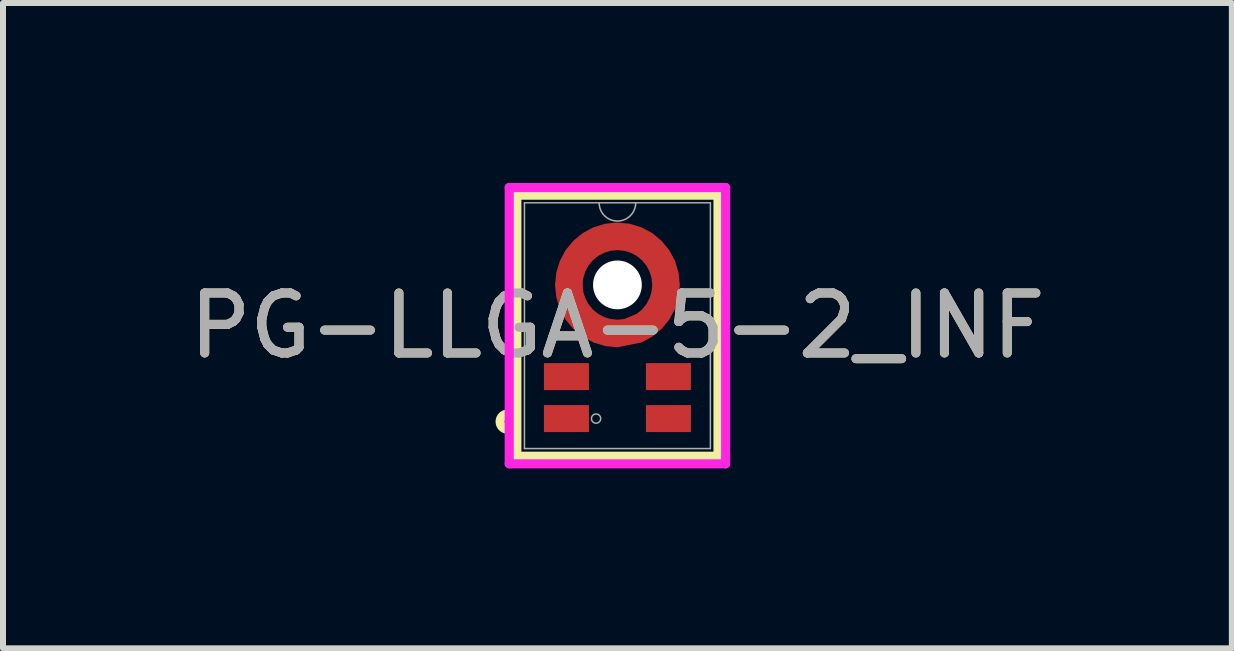
<source format=kicad_pcb>
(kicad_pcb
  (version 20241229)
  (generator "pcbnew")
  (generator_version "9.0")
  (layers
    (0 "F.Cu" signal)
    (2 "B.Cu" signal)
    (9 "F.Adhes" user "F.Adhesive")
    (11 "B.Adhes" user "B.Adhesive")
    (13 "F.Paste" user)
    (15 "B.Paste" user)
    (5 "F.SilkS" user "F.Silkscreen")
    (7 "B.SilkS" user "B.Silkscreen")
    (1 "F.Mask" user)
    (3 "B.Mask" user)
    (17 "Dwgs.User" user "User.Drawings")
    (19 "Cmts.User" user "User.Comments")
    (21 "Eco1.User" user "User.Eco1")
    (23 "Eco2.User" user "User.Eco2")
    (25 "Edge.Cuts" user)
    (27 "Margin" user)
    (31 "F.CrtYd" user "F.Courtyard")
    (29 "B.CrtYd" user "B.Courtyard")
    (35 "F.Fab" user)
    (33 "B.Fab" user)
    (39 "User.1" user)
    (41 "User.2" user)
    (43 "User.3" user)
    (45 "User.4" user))
  (footprint "PG-LLGA-5-2_INF"
    (layer "F.Cu")
    (at 7.244 2.38)
    (property "Reference" "PG-LLGA-5-2_INF" (at 0 0 0) (unlocked yes) (layer "F.SilkS") (effects (font (size 1 1) (thickness 0.15))))
    (attr smd)
    (fp_poly (pts (xy 0 -1.72) (xy 0.203 -1.7) (xy 0.398 -1.641) (xy 0.578 -1.545) (xy 0.735 -1.415) (xy 0.865 -1.258) (xy 0.961 -1.078) (xy 1.02 -0.883) (xy 1.04 -0.68) (xy 1.02 -0.477) (xy 0.961 -0.282) (xy 0.865 -0.102) (xy 0.735 0.055) (xy 0.578 0.185) (xy 0.398 0.281) (xy 0 0.36) (xy -0.203 0.34) (xy -0.398 0.281) (xy -0.578 0.185) (xy -0.735 0.055) (xy -0.865 -0.102) (xy -0.961 -0.282) (xy -1.02 -0.477) (xy -1.04 -0.68) (xy -1.02 -0.883) (xy -0.961 -1.078) (xy -0.865 -1.258) (xy -0.735 -1.415) (xy -0.578 -1.545) (xy -0.398 -1.641) (xy -0.203 -1.7) (xy 0 -1.72) (xy 0 -1.26) (xy -0.113 -1.249) (xy -0.222 -1.216) (xy -0.322 -1.162) (xy -0.41 -1.09) (xy -0.482 -1.002) (xy -0.536 -0.902) (xy -0.569 -0.793) (xy -0.58 -0.68) (xy -0.569 -0.567) (xy -0.536 -0.458) (xy -0.482 -0.358) (xy -0.41 -0.27) (xy -0.322 -0.198) (xy -0.222 -0.144) (xy -0.113 -0.111) (xy 0 -0.1) (xy 0.113 -0.111) (xy 0.322 -0.198) (xy 0.41 -0.27) (xy 0.482 -0.358) (xy 0.536 -0.458) (xy 0.569 -0.567) (xy 0.58 -0.68) (xy 0.569 -0.793) (xy 0.536 -0.902) (xy 0.482 -1.002) (xy 0.41 -1.09) (xy 0.322 -1.162) (xy 0.222 -1.216) (xy 0.113 -1.249) (xy 0 -1.26)) (stroke (width 0) (type solid)) (fill yes) (layer "F.Cu"))
    (fp_poly (pts (xy 0 -1.72) (xy 0.203 -1.7) (xy 0.398 -1.641) (xy 0.578 -1.545) (xy 0.735 -1.415) (xy 0.865 -1.258) (xy 0.961 -1.078) (xy 1.02 -0.883) (xy 1.04 -0.68) (xy 1.02 -0.477) (xy 0.961 -0.282) (xy 0.865 -0.102) (xy 0.735 0.055) (xy 0.578 0.185) (xy 0.398 0.281) (xy 0 0.36) (xy -0.203 0.34) (xy -0.398 0.281) (xy -0.578 0.185) (xy -0.735 0.055) (xy -0.865 -0.102) (xy -0.961 -0.282) (xy -1.02 -0.477) (xy -1.04 -0.68) (xy -1.02 -0.883) (xy -0.961 -1.078) (xy -0.865 -1.258) (xy -0.735 -1.415) (xy -0.578 -1.545) (xy -0.398 -1.641) (xy -0.203 -1.7) (xy 0 -1.72) (xy 0 -1.26) (xy -0.113 -1.249) (xy -0.222 -1.216) (xy -0.322 -1.162) (xy -0.41 -1.09) (xy -0.482 -1.002) (xy -0.536 -0.902) (xy -0.569 -0.793) (xy -0.58 -0.68) (xy -0.569 -0.567) (xy -0.536 -0.458) (xy -0.482 -0.358) (xy -0.41 -0.27) (xy -0.322 -0.198) (xy -0.222 -0.144) (xy -0.113 -0.111) (xy 0 -0.1) (xy 0.113 -0.111) (xy 0.322 -0.198) (xy 0.41 -0.27) (xy 0.482 -0.358) (xy 0.536 -0.458) (xy 0.569 -0.567) (xy 0.58 -0.68) (xy 0.569 -0.793) (xy 0.536 -0.902) (xy 0.482 -1.002) (xy 0.41 -1.09) (xy 0.322 -1.162) (xy 0.222 -1.216) (xy 0.113 -1.249) (xy 0 -1.26)) (stroke (width 0) (type solid)) (fill yes) (layer "F.Mask"))
    (fp_line (start -1.677 -2.176) (end 1.677 -2.176) (stroke (width 0.152) (type solid)) (layer "F.SilkS"))
    (fp_line (start -1.677 2.176) (end -1.677 -2.176) (stroke (width 0.152) (type solid)) (layer "F.SilkS"))
    (fp_line (start 1.677 -2.176) (end 1.677 2.176) (stroke (width 0.152) (type solid)) (layer "F.SilkS"))
    (fp_line (start 1.677 2.176) (end -1.677 2.176) (stroke (width 0.152) (type solid)) (layer "F.SilkS"))
    (fp_circle (center -1.829 1.6) (end -1.702 1.6) (stroke (width 0.152) (type solid)) (fill no) (layer "F.SilkS"))
    (fp_poly (pts (xy -1.175 0.699) (xy -1.174 0.691) (xy -1.173 0.684) (xy -1.17 0.676) (xy -1.165 0.67) (xy -1.16 0.664) (xy -1.154 0.659) (xy -1.148 0.654) (xy -1.14 0.651) (xy -1.133 0.65) (xy -1.125 0.649) (xy -0.575 0.649) (xy -0.567 0.65) (xy -0.56 0.651) (xy -0.552 0.654) (xy -0.546 0.659) (xy -0.54 0.664) (xy -0.535 0.67) (xy -0.53 0.676) (xy -0.527 0.684) (xy -0.526 0.691) (xy -0.525 0.699) (xy -0.525 0.999) (xy -0.526 1.007) (xy -0.527 1.014) (xy -0.53 1.022) (xy -0.535 1.028) (xy -0.54 1.034) (xy -0.546 1.039) (xy -0.552 1.044) (xy -0.56 1.047) (xy -0.567 1.048) (xy -0.575 1.049) (xy -1.125 1.049) (xy -1.133 1.048) (xy -1.14 1.047) (xy -1.148 1.044) (xy -1.154 1.039) (xy -1.16 1.034) (xy -1.165 1.028) (xy -1.17 1.022) (xy -1.173 1.014) (xy -1.174 1.007) (xy -1.175 0.999)) (stroke (width 0) (type solid)) (fill yes) (layer "F.Paste"))
    (fp_poly (pts (xy -1.175 1.399) (xy -1.174 1.391) (xy -1.173 1.384) (xy -1.17 1.376) (xy -1.165 1.37) (xy -1.16 1.364) (xy -1.154 1.359) (xy -1.148 1.354) (xy -1.14 1.351) (xy -1.133 1.35) (xy -1.125 1.349) (xy -0.575 1.349) (xy -0.567 1.35) (xy -0.56 1.351) (xy -0.552 1.354) (xy -0.546 1.359) (xy -0.54 1.364) (xy -0.535 1.37) (xy -0.53 1.376) (xy -0.527 1.384) (xy -0.526 1.391) (xy -0.525 1.399) (xy -0.525 1.699) (xy -0.526 1.707) (xy -0.527 1.714) (xy -0.53 1.722) (xy -0.535 1.728) (xy -0.54 1.734) (xy -0.546 1.739) (xy -0.552 1.744) (xy -0.56 1.747) (xy -0.567 1.748) (xy -0.575 1.749) (xy -1.125 1.749) (xy -1.133 1.748) (xy -1.14 1.747) (xy -1.148 1.744) (xy -1.154 1.739) (xy -1.16 1.734) (xy -1.165 1.728) (xy -1.17 1.722) (xy -1.173 1.714) (xy -1.174 1.707) (xy -1.175 1.699)) (stroke (width 0) (type solid)) (fill yes) (layer "F.Paste"))
    (fp_poly (pts (xy 0.525 0.699) (xy 0.526 0.691) (xy 0.527 0.684) (xy 0.53 0.676) (xy 0.535 0.67) (xy 0.54 0.664) (xy 0.546 0.659) (xy 0.552 0.654) (xy 0.56 0.651) (xy 0.567 0.65) (xy 0.575 0.649) (xy 1.125 0.649) (xy 1.133 0.65) (xy 1.14 0.651) (xy 1.148 0.654) (xy 1.154 0.659) (xy 1.16 0.664) (xy 1.165 0.67) (xy 1.17 0.676) (xy 1.173 0.684) (xy 1.174 0.691) (xy 1.175 0.699) (xy 1.175 0.999) (xy 1.174 1.007) (xy 1.173 1.014) (xy 1.17 1.022) (xy 1.165 1.028) (xy 1.16 1.034) (xy 1.154 1.039) (xy 1.148 1.044) (xy 1.14 1.047) (xy 1.133 1.048) (xy 1.125 1.049) (xy 0.575 1.049) (xy 0.567 1.048) (xy 0.56 1.047) (xy 0.552 1.044) (xy 0.546 1.039) (xy 0.54 1.034) (xy 0.535 1.028) (xy 0.53 1.022) (xy 0.527 1.014) (xy 0.526 1.007) (xy 0.525 0.999)) (stroke (width 0) (type solid)) (fill yes) (layer "F.Paste"))
    (fp_poly (pts (xy 0.525 1.399) (xy 0.526 1.391) (xy 0.527 1.384) (xy 0.53 1.376) (xy 0.535 1.37) (xy 0.54 1.364) (xy 0.546 1.359) (xy 0.552 1.354) (xy 0.56 1.351) (xy 0.567 1.35) (xy 0.575 1.349) (xy 1.125 1.349) (xy 1.133 1.35) (xy 1.14 1.351) (xy 1.148 1.354) (xy 1.154 1.359) (xy 1.16 1.364) (xy 1.165 1.37) (xy 1.17 1.376) (xy 1.173 1.384) (xy 1.174 1.391) (xy 1.175 1.399) (xy 1.175 1.699) (xy 1.174 1.707) (xy 1.173 1.714) (xy 1.17 1.722) (xy 1.165 1.728) (xy 1.16 1.734) (xy 1.154 1.739) (xy 1.148 1.744) (xy 1.14 1.747) (xy 1.133 1.748) (xy 1.125 1.749) (xy 0.575 1.749) (xy 0.567 1.748) (xy 0.56 1.747) (xy 0.552 1.744) (xy 0.546 1.739) (xy 0.54 1.734) (xy 0.535 1.728) (xy 0.53 1.722) (xy 0.527 1.714) (xy 0.526 1.707) (xy 0.525 1.699)) (stroke (width 0) (type solid)) (fill yes) (layer "F.Paste"))
    (fp_poly (pts (xy 0 -1.72) (xy 0.203 -1.7) (xy 0.398 -1.641) (xy 0.578 -1.545) (xy 0.735 -1.415) (xy 0.865 -1.258) (xy 0.961 -1.078) (xy 1.02 -0.883) (xy 1.04 -0.68) (xy 1.02 -0.477) (xy 0.961 -0.282) (xy 0.865 -0.102) (xy 0.735 0.055) (xy 0.578 0.185) (xy 0.398 0.281) (xy 0 0.36) (xy -0.203 0.34) (xy -0.398 0.281) (xy -0.578 0.185) (xy -0.735 0.055) (xy -0.865 -0.102) (xy -0.961 -0.282) (xy -1.02 -0.477) (xy -1.04 -0.68) (xy -1.02 -0.883) (xy -0.961 -1.078) (xy -0.865 -1.258) (xy -0.735 -1.415) (xy -0.578 -1.545) (xy -0.398 -1.641) (xy -0.203 -1.7) (xy 0 -1.72) (xy 0 -1.26) (xy -0.113 -1.249) (xy -0.222 -1.216) (xy -0.322 -1.162) (xy -0.41 -1.09) (xy -0.482 -1.002) (xy -0.536 -0.902) (xy -0.569 -0.793) (xy -0.58 -0.68) (xy -0.569 -0.567) (xy -0.536 -0.458) (xy -0.482 -0.358) (xy -0.41 -0.27) (xy -0.322 -0.198) (xy -0.222 -0.144) (xy -0.113 -0.111) (xy 0 -0.1) (xy 0.113 -0.111) (xy 0.322 -0.198) (xy 0.41 -0.27) (xy 0.482 -0.358) (xy 0.536 -0.458) (xy 0.569 -0.567) (xy 0.58 -0.68) (xy 0.569 -0.793) (xy 0.536 -0.902) (xy 0.482 -1.002) (xy 0.41 -1.09) (xy 0.322 -1.162) (xy 0.222 -1.216) (xy 0.113 -1.249) (xy 0 -1.26)) (stroke (width 0) (type solid)) (fill yes) (layer "F.Paste"))
    (fp_line (start -1.804 -2.303) (end -1.804 2.303) (stroke (width 0.152) (type solid)) (layer "F.CrtYd"))
    (fp_line (start -1.804 2.303) (end 1.804 2.303) (stroke (width 0.152) (type solid)) (layer "F.CrtYd"))
    (fp_line (start 1.804 -2.303) (end -1.804 -2.303) (stroke (width 0.152) (type solid)) (layer "F.CrtYd"))
    (fp_line (start 1.804 2.303) (end 1.804 -2.303) (stroke (width 0.152) (type solid)) (layer "F.CrtYd"))
    (fp_line (start -1.55 -2.049) (end -1.55 2.049) (stroke (width 0.025) (type solid)) (layer "F.Fab"))
    (fp_line (start -1.55 2.049) (end 1.55 2.049) (stroke (width 0.025) (type solid)) (layer "F.Fab"))
    (fp_line (start 1.55 -2.049) (end -1.55 -2.049) (stroke (width 0.025) (type solid)) (layer "F.Fab"))
    (fp_line (start 1.55 2.049) (end 1.55 -2.049) (stroke (width 0.025) (type solid)) (layer "F.Fab"))
    (fp_arc (start 0.3048 -2.0494) (mid 0 -1.7446) (end -0.3048 -2.0494) (stroke (width 0.0254) (type solid)) (layer "F.Fab"))
    (fp_circle (center -0.356 1.549) (end -0.279 1.549) (stroke (width 0.025) (type solid)) (fill no) (layer "F.Fab"))
    (fp_text user "${REFERENCE}" (at 0 0 0) (unlocked yes) (layer "F.Fab") (effects (font (size 1 1) (thickness 0.15))))
    (pad "" np_thru_hole circle (at 0 -0.68) (size 0.813 0.813) (drill 0.813) (layers "*.Cu" "*.Mask"))
    (pad "1" smd rect (at -0.85 1.549) (size 0.75 0.45) (layers "F.Cu" "F.Mask"))
    (pad "2" smd rect (at -0.85 0.849) (size 0.75 0.45) (layers "F.Cu" "F.Mask"))
    (pad "3" smd rect (at 0.85 1.549) (size 0.75 0.45) (layers "F.Cu" "F.Mask"))
    (pad "4" smd rect (at 0.85 0.849) (size 0.75 0.45) (layers "F.Cu" "F.Mask"))
    (pad "5" smd rect (at 0 -1.499) (size 0.127 0.127) (layers "F.Cu" "F.Mask" "F.Paste")))
  (gr_rect
    (start -3 -3)
    (end 17.488 7.759)
    (stroke (width 0.1) (type default))
    (fill no)
    (layer "Edge.Cuts")))
</source>
